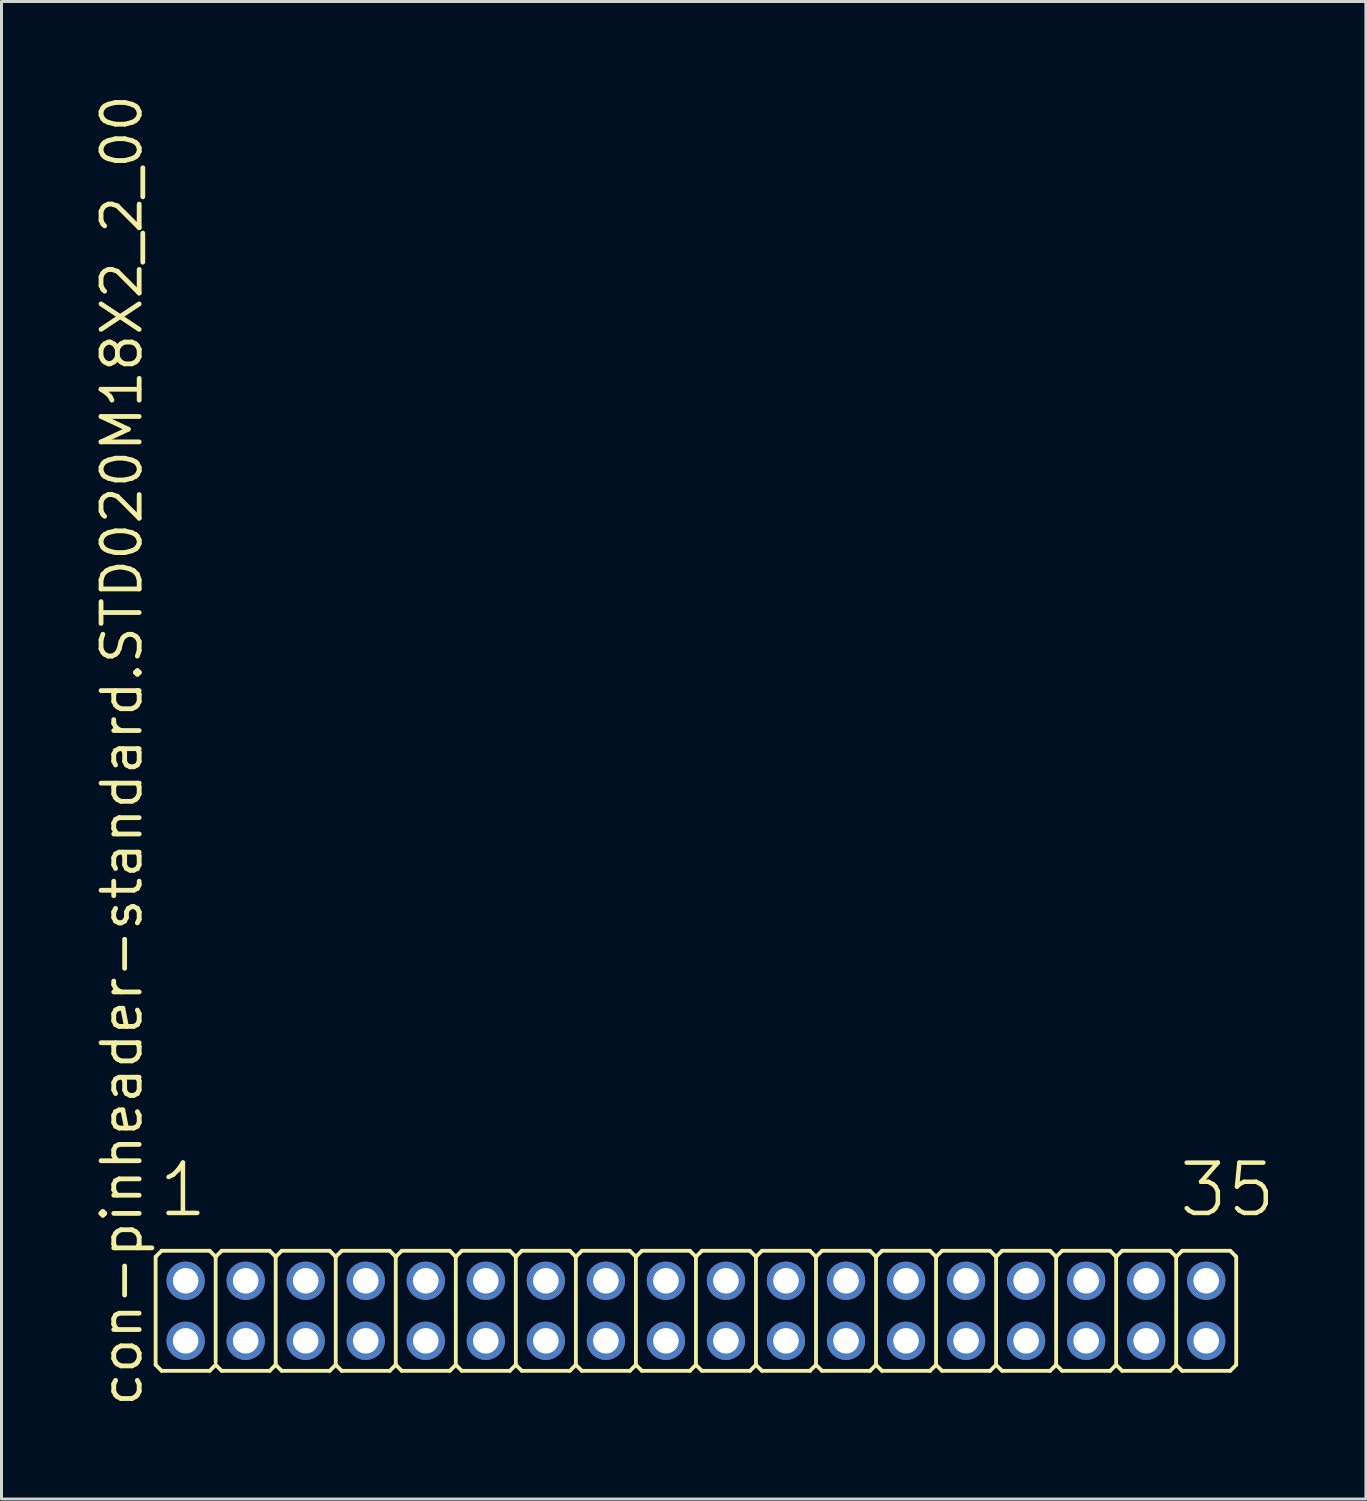
<source format=kicad_pcb>
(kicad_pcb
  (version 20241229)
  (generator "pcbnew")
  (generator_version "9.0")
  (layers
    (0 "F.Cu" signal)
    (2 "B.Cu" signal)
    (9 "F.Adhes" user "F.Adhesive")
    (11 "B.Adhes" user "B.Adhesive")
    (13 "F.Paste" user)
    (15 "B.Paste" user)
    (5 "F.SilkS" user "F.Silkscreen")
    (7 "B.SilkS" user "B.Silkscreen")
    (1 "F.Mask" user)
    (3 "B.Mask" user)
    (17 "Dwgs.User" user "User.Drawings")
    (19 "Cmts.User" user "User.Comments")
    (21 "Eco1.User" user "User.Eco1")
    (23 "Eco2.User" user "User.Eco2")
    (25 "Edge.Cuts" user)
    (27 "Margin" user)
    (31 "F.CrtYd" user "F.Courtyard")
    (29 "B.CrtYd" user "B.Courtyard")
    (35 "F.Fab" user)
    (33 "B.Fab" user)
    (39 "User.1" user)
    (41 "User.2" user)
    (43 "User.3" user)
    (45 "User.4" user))
  (footprint "con-pinheader-standard.STD020M18X2_2_00"
    (layer "F.Cu")
    (at 20.135 40.62)
    (property "Reference" "con-pinheader-standard.STD020M18X2_2_00" (at -18.385 3.27 90) (layer "F.SilkS") (effects (font (size 1.27 1.27) (thickness 0.16)) (justify left bottom)))
    (attr through_hole)
    (fp_line (start -18 1.8) (end -18 -1.8) (stroke (width 0.127) (type default)) (layer "F.SilkS"))
    (fp_line (start -17.8 -2) (end -18 -1.8) (stroke (width 0.127) (type default)) (layer "F.SilkS"))
    (fp_line (start -17.8 -2) (end -16.2 -2) (stroke (width 0.127) (type default)) (layer "F.SilkS"))
    (fp_line (start -17.8 2) (end -18 1.8) (stroke (width 0.127) (type default)) (layer "F.SilkS"))
    (fp_line (start -16.2 -2) (end -16 -1.8) (stroke (width 0.127) (type default)) (layer "F.SilkS"))
    (fp_line (start -16.2 2) (end -17.8 2) (stroke (width 0.127) (type default)) (layer "F.SilkS"))
    (fp_line (start -16.2 2) (end -16 1.8) (stroke (width 0.127) (type default)) (layer "F.SilkS"))
    (fp_line (start -16 -1.8) (end -16 1.7) (stroke (width 0.127) (type default)) (layer "F.SilkS"))
    (fp_line (start -15.8 -2) (end -16 -1.8) (stroke (width 0.127) (type default)) (layer "F.SilkS"))
    (fp_line (start -15.8 -2) (end -14.2 -2) (stroke (width 0.127) (type default)) (layer "F.SilkS"))
    (fp_line (start -15.8 2) (end -16 1.8) (stroke (width 0.127) (type default)) (layer "F.SilkS"))
    (fp_line (start -14.2 -2) (end -14 -1.8) (stroke (width 0.127) (type default)) (layer "F.SilkS"))
    (fp_line (start -14.2 2) (end -15.8 2) (stroke (width 0.127) (type default)) (layer "F.SilkS"))
    (fp_line (start -14.2 2) (end -14 1.8) (stroke (width 0.127) (type default)) (layer "F.SilkS"))
    (fp_line (start -14 -1.8) (end -14 1.8) (stroke (width 0.127) (type default)) (layer "F.SilkS"))
    (fp_line (start -13.8 -2) (end -14 -1.8) (stroke (width 0.127) (type default)) (layer "F.SilkS"))
    (fp_line (start -13.8 -2) (end -12.2 -2) (stroke (width 0.127) (type default)) (layer "F.SilkS"))
    (fp_line (start -13.8 2) (end -14 1.8) (stroke (width 0.127) (type default)) (layer "F.SilkS"))
    (fp_line (start -12.2 -2) (end -12 -1.8) (stroke (width 0.127) (type default)) (layer "F.SilkS"))
    (fp_line (start -12.2 2) (end -13.8 2) (stroke (width 0.127) (type default)) (layer "F.SilkS"))
    (fp_line (start -12.2 2) (end -12 1.8) (stroke (width 0.127) (type default)) (layer "F.SilkS"))
    (fp_line (start -12 -1.8) (end -12 1.8) (stroke (width 0.127) (type default)) (layer "F.SilkS"))
    (fp_line (start -11.8 -2) (end -12 -1.8) (stroke (width 0.127) (type default)) (layer "F.SilkS"))
    (fp_line (start -11.8 -2) (end -10.2 -2) (stroke (width 0.127) (type default)) (layer "F.SilkS"))
    (fp_line (start -11.8 2) (end -12 1.8) (stroke (width 0.127) (type default)) (layer "F.SilkS"))
    (fp_line (start -10.2 -2) (end -10 -1.8) (stroke (width 0.127) (type default)) (layer "F.SilkS"))
    (fp_line (start -10.2 2) (end -11.8 2) (stroke (width 0.127) (type default)) (layer "F.SilkS"))
    (fp_line (start -10.2 2) (end -10 1.8) (stroke (width 0.127) (type default)) (layer "F.SilkS"))
    (fp_line (start -10 -1.8) (end -10 1.8) (stroke (width 0.127) (type default)) (layer "F.SilkS"))
    (fp_line (start -9.8 -2) (end -10 -1.8) (stroke (width 0.127) (type default)) (layer "F.SilkS"))
    (fp_line (start -9.8 -2) (end -8.2 -2) (stroke (width 0.127) (type default)) (layer "F.SilkS"))
    (fp_line (start -9.8 2) (end -10 1.8) (stroke (width 0.127) (type default)) (layer "F.SilkS"))
    (fp_line (start -8.2 -2) (end -8 -1.8) (stroke (width 0.127) (type default)) (layer "F.SilkS"))
    (fp_line (start -8.2 2) (end -9.8 2) (stroke (width 0.127) (type default)) (layer "F.SilkS"))
    (fp_line (start -8.2 2) (end -8 1.8) (stroke (width 0.127) (type default)) (layer "F.SilkS"))
    (fp_line (start -8 -1.8) (end -8 1.8) (stroke (width 0.127) (type default)) (layer "F.SilkS"))
    (fp_line (start -7.8 -2) (end -8 -1.8) (stroke (width 0.127) (type default)) (layer "F.SilkS"))
    (fp_line (start -7.8 -2) (end -6.2 -2) (stroke (width 0.127) (type default)) (layer "F.SilkS"))
    (fp_line (start -7.8 2) (end -8 1.8) (stroke (width 0.127) (type default)) (layer "F.SilkS"))
    (fp_line (start -6.2 -2) (end -6 -1.8) (stroke (width 0.127) (type default)) (layer "F.SilkS"))
    (fp_line (start -6.2 2) (end -7.8 2) (stroke (width 0.127) (type default)) (layer "F.SilkS"))
    (fp_line (start -6.2 2) (end -6 1.8) (stroke (width 0.127) (type default)) (layer "F.SilkS"))
    (fp_line (start -6 -1.8) (end -6 1.8) (stroke (width 0.127) (type default)) (layer "F.SilkS"))
    (fp_line (start -5.8 -2) (end -6 -1.8) (stroke (width 0.127) (type default)) (layer "F.SilkS"))
    (fp_line (start -5.8 -2) (end -4.2 -2) (stroke (width 0.127) (type default)) (layer "F.SilkS"))
    (fp_line (start -5.8 2) (end -6 1.8) (stroke (width 0.127) (type default)) (layer "F.SilkS"))
    (fp_line (start -4.2 -2) (end -4 -1.8) (stroke (width 0.127) (type default)) (layer "F.SilkS"))
    (fp_line (start -4.2 2) (end -5.8 2) (stroke (width 0.127) (type default)) (layer "F.SilkS"))
    (fp_line (start -4.2 2) (end -4 1.8) (stroke (width 0.127) (type default)) (layer "F.SilkS"))
    (fp_line (start -4 -1.8) (end -4 1.8) (stroke (width 0.127) (type default)) (layer "F.SilkS"))
    (fp_line (start -3.8 -2) (end -4 -1.8) (stroke (width 0.127) (type default)) (layer "F.SilkS"))
    (fp_line (start -3.8 -2) (end -2.2 -2) (stroke (width 0.127) (type default)) (layer "F.SilkS"))
    (fp_line (start -3.8 2) (end -4 1.8) (stroke (width 0.127) (type default)) (layer "F.SilkS"))
    (fp_line (start -2.2 -2) (end -2 -1.8) (stroke (width 0.127) (type default)) (layer "F.SilkS"))
    (fp_line (start -2.2 2) (end -3.8 2) (stroke (width 0.127) (type default)) (layer "F.SilkS"))
    (fp_line (start -2.2 2) (end -2 1.8) (stroke (width 0.127) (type default)) (layer "F.SilkS"))
    (fp_line (start -2 -1.8) (end -2 1.8) (stroke (width 0.127) (type default)) (layer "F.SilkS"))
    (fp_line (start -1.8 -2) (end -2 -1.8) (stroke (width 0.127) (type default)) (layer "F.SilkS"))
    (fp_line (start -1.8 -2) (end -0.2 -2) (stroke (width 0.127) (type default)) (layer "F.SilkS"))
    (fp_line (start -1.8 2) (end -2 1.8) (stroke (width 0.127) (type default)) (layer "F.SilkS"))
    (fp_line (start -0.2 -2) (end 0 -1.8) (stroke (width 0.127) (type default)) (layer "F.SilkS"))
    (fp_line (start -0.2 2) (end -1.8 2) (stroke (width 0.127) (type default)) (layer "F.SilkS"))
    (fp_line (start -0.2 2) (end 0 1.8) (stroke (width 0.127) (type default)) (layer "F.SilkS"))
    (fp_line (start 0 -1.8) (end 0 1.8) (stroke (width 0.127) (type default)) (layer "F.SilkS"))
    (fp_line (start 0.2 -2) (end 0 -1.8) (stroke (width 0.127) (type default)) (layer "F.SilkS"))
    (fp_line (start 0.2 -2) (end 1.8 -2) (stroke (width 0.127) (type default)) (layer "F.SilkS"))
    (fp_line (start 0.2 2) (end 0 1.8) (stroke (width 0.127) (type default)) (layer "F.SilkS"))
    (fp_line (start 1.8 -2) (end 2 -1.8) (stroke (width 0.127) (type default)) (layer "F.SilkS"))
    (fp_line (start 1.8 2) (end 0.2 2) (stroke (width 0.127) (type default)) (layer "F.SilkS"))
    (fp_line (start 1.8 2) (end 2 1.8) (stroke (width 0.127) (type default)) (layer "F.SilkS"))
    (fp_line (start 2 -1.8) (end 2 1.8) (stroke (width 0.127) (type default)) (layer "F.SilkS"))
    (fp_line (start 2.2 -2) (end 2 -1.8) (stroke (width 0.127) (type default)) (layer "F.SilkS"))
    (fp_line (start 2.2 -2) (end 3.8 -2) (stroke (width 0.127) (type default)) (layer "F.SilkS"))
    (fp_line (start 2.2 2) (end 2 1.8) (stroke (width 0.127) (type default)) (layer "F.SilkS"))
    (fp_line (start 3.8 -2) (end 4 -1.8) (stroke (width 0.127) (type default)) (layer "F.SilkS"))
    (fp_line (start 3.8 2) (end 2.2 2) (stroke (width 0.127) (type default)) (layer "F.SilkS"))
    (fp_line (start 3.8 2) (end 4 1.8) (stroke (width 0.127) (type default)) (layer "F.SilkS"))
    (fp_line (start 4 -1.8) (end 4 1.8) (stroke (width 0.127) (type default)) (layer "F.SilkS"))
    (fp_line (start 4.2 -2) (end 4 -1.8) (stroke (width 0.127) (type default)) (layer "F.SilkS"))
    (fp_line (start 4.2 -2) (end 5.8 -2) (stroke (width 0.127) (type default)) (layer "F.SilkS"))
    (fp_line (start 4.2 2) (end 4 1.8) (stroke (width 0.127) (type default)) (layer "F.SilkS"))
    (fp_line (start 5.8 -2) (end 6 -1.8) (stroke (width 0.127) (type default)) (layer "F.SilkS"))
    (fp_line (start 5.8 2) (end 4.2 2) (stroke (width 0.127) (type default)) (layer "F.SilkS"))
    (fp_line (start 5.8 2) (end 6 1.8) (stroke (width 0.127) (type default)) (layer "F.SilkS"))
    (fp_line (start 6 -1.8) (end 6 1.8) (stroke (width 0.127) (type default)) (layer "F.SilkS"))
    (fp_line (start 6.2 -2) (end 6 -1.8) (stroke (width 0.127) (type default)) (layer "F.SilkS"))
    (fp_line (start 6.2 -2) (end 7.8 -2) (stroke (width 0.127) (type default)) (layer "F.SilkS"))
    (fp_line (start 6.2 2) (end 6 1.8) (stroke (width 0.127) (type default)) (layer "F.SilkS"))
    (fp_line (start 7.8 -2) (end 8 -1.8) (stroke (width 0.127) (type default)) (layer "F.SilkS"))
    (fp_line (start 7.8 2) (end 6.2 2) (stroke (width 0.127) (type default)) (layer "F.SilkS"))
    (fp_line (start 7.8 2) (end 8 1.8) (stroke (width 0.127) (type default)) (layer "F.SilkS"))
    (fp_line (start 8 -1.8) (end 8 1.8) (stroke (width 0.127) (type default)) (layer "F.SilkS"))
    (fp_line (start 8.2 -2) (end 8 -1.8) (stroke (width 0.127) (type default)) (layer "F.SilkS"))
    (fp_line (start 8.2 -2) (end 9.8 -2) (stroke (width 0.127) (type default)) (layer "F.SilkS"))
    (fp_line (start 8.2 2) (end 8 1.8) (stroke (width 0.127) (type default)) (layer "F.SilkS"))
    (fp_line (start 9.8 -2) (end 10 -1.8) (stroke (width 0.127) (type default)) (layer "F.SilkS"))
    (fp_line (start 9.8 2) (end 8.2 2) (stroke (width 0.127) (type default)) (layer "F.SilkS"))
    (fp_line (start 9.8 2) (end 10 1.8) (stroke (width 0.127) (type default)) (layer "F.SilkS"))
    (fp_line (start 10 -1.8) (end 10 1.8) (stroke (width 0.127) (type default)) (layer "F.SilkS"))
    (fp_line (start 10.2 -2) (end 10 -1.8) (stroke (width 0.127) (type default)) (layer "F.SilkS"))
    (fp_line (start 10.2 -2) (end 11.8 -2) (stroke (width 0.127) (type default)) (layer "F.SilkS"))
    (fp_line (start 10.2 2) (end 10 1.8) (stroke (width 0.127) (type default)) (layer "F.SilkS"))
    (fp_line (start 11.8 -2) (end 12 -1.8) (stroke (width 0.127) (type default)) (layer "F.SilkS"))
    (fp_line (start 11.8 2) (end 10.2 2) (stroke (width 0.127) (type default)) (layer "F.SilkS"))
    (fp_line (start 11.8 2) (end 12 1.8) (stroke (width 0.127) (type default)) (layer "F.SilkS"))
    (fp_line (start 12 -1.8) (end 12 1.8) (stroke (width 0.127) (type default)) (layer "F.SilkS"))
    (fp_line (start 12.2 -2) (end 12 -1.8) (stroke (width 0.127) (type default)) (layer "F.SilkS"))
    (fp_line (start 12.2 -2) (end 13.8 -2) (stroke (width 0.127) (type default)) (layer "F.SilkS"))
    (fp_line (start 12.2 2) (end 12 1.8) (stroke (width 0.127) (type default)) (layer "F.SilkS"))
    (fp_line (start 13.8 -2) (end 14 -1.8) (stroke (width 0.127) (type default)) (layer "F.SilkS"))
    (fp_line (start 13.8 2) (end 12.2 2) (stroke (width 0.127) (type default)) (layer "F.SilkS"))
    (fp_line (start 13.8 2) (end 14 1.8) (stroke (width 0.127) (type default)) (layer "F.SilkS"))
    (fp_line (start 14 -1.8) (end 14 1.8) (stroke (width 0.127) (type default)) (layer "F.SilkS"))
    (fp_line (start 14.2 -2) (end 14 -1.8) (stroke (width 0.127) (type default)) (layer "F.SilkS"))
    (fp_line (start 14.2 -2) (end 15.8 -2) (stroke (width 0.127) (type default)) (layer "F.SilkS"))
    (fp_line (start 14.2 2) (end 14 1.8) (stroke (width 0.127) (type default)) (layer "F.SilkS"))
    (fp_line (start 15.8 -2) (end 16 -1.8) (stroke (width 0.127) (type default)) (layer "F.SilkS"))
    (fp_line (start 15.8 2) (end 14.2 2) (stroke (width 0.127) (type default)) (layer "F.SilkS"))
    (fp_line (start 15.8 2) (end 16 1.8) (stroke (width 0.127) (type default)) (layer "F.SilkS"))
    (fp_line (start 16 -1.8) (end 16 1.8) (stroke (width 0.127) (type default)) (layer "F.SilkS"))
    (fp_line (start 16.2 -2) (end 16 -1.8) (stroke (width 0.127) (type default)) (layer "F.SilkS"))
    (fp_line (start 16.2 -2) (end 17.8 -2) (stroke (width 0.127) (type default)) (layer "F.SilkS"))
    (fp_line (start 16.2 2) (end 16 1.8) (stroke (width 0.127) (type default)) (layer "F.SilkS"))
    (fp_line (start 17.8 -2) (end 18 -1.8) (stroke (width 0.127) (type default)) (layer "F.SilkS"))
    (fp_line (start 17.8 2) (end 16.2 2) (stroke (width 0.127) (type default)) (layer "F.SilkS"))
    (fp_line (start 17.8 2) (end 18 1.8) (stroke (width 0.127) (type default)) (layer "F.SilkS"))
    (fp_line (start 18 -1.8) (end 18 1.8) (stroke (width 0.127) (type default)) (layer "F.SilkS"))
    (fp_rect (start -17.25 -0.75) (end -16.75 -1.25) (stroke (width 0.05) (type default)) (fill no) (layer "F.Fab"))
    (fp_rect (start -17.25 1.25) (end -16.75 0.75) (stroke (width 0.05) (type default)) (fill no) (layer "F.Fab"))
    (fp_rect (start -15.25 -0.75) (end -14.75 -1.25) (stroke (width 0.05) (type default)) (fill no) (layer "F.Fab"))
    (fp_rect (start -15.25 1.25) (end -14.75 0.75) (stroke (width 0.05) (type default)) (fill no) (layer "F.Fab"))
    (fp_rect (start -13.25 -0.75) (end -12.75 -1.25) (stroke (width 0.05) (type default)) (fill no) (layer "F.Fab"))
    (fp_rect (start -13.25 1.25) (end -12.75 0.75) (stroke (width 0.05) (type default)) (fill no) (layer "F.Fab"))
    (fp_rect (start -11.25 -0.75) (end -10.75 -1.25) (stroke (width 0.05) (type default)) (fill no) (layer "F.Fab"))
    (fp_rect (start -11.25 1.25) (end -10.75 0.75) (stroke (width 0.05) (type default)) (fill no) (layer "F.Fab"))
    (fp_rect (start -9.25 -0.75) (end -8.75 -1.25) (stroke (width 0.05) (type default)) (fill no) (layer "F.Fab"))
    (fp_rect (start -9.25 1.25) (end -8.75 0.75) (stroke (width 0.05) (type default)) (fill no) (layer "F.Fab"))
    (fp_rect (start -7.25 -0.75) (end -6.75 -1.25) (stroke (width 0.05) (type default)) (fill no) (layer "F.Fab"))
    (fp_rect (start -7.25 1.25) (end -6.75 0.75) (stroke (width 0.05) (type default)) (fill no) (layer "F.Fab"))
    (fp_rect (start -5.25 -0.75) (end -4.75 -1.25) (stroke (width 0.05) (type default)) (fill no) (layer "F.Fab"))
    (fp_rect (start -5.25 1.25) (end -4.75 0.75) (stroke (width 0.05) (type default)) (fill no) (layer "F.Fab"))
    (fp_rect (start -3.25 -0.75) (end -2.75 -1.25) (stroke (width 0.05) (type default)) (fill no) (layer "F.Fab"))
    (fp_rect (start -3.25 1.25) (end -2.75 0.75) (stroke (width 0.05) (type default)) (fill no) (layer "F.Fab"))
    (fp_rect (start -1.25 -0.75) (end -0.75 -1.25) (stroke (width 0.05) (type default)) (fill no) (layer "F.Fab"))
    (fp_rect (start -1.25 1.25) (end -0.75 0.75) (stroke (width 0.05) (type default)) (fill no) (layer "F.Fab"))
    (fp_rect (start 0.75 -0.75) (end 1.25 -1.25) (stroke (width 0.05) (type default)) (fill no) (layer "F.Fab"))
    (fp_rect (start 0.75 1.25) (end 1.25 0.75) (stroke (width 0.05) (type default)) (fill no) (layer "F.Fab"))
    (fp_rect (start 2.75 -0.75) (end 3.25 -1.25) (stroke (width 0.05) (type default)) (fill no) (layer "F.Fab"))
    (fp_rect (start 2.75 1.25) (end 3.25 0.75) (stroke (width 0.05) (type default)) (fill no) (layer "F.Fab"))
    (fp_rect (start 4.75 -0.75) (end 5.25 -1.25) (stroke (width 0.05) (type default)) (fill no) (layer "F.Fab"))
    (fp_rect (start 4.75 1.25) (end 5.25 0.75) (stroke (width 0.05) (type default)) (fill no) (layer "F.Fab"))
    (fp_rect (start 6.75 -0.75) (end 7.25 -1.25) (stroke (width 0.05) (type default)) (fill no) (layer "F.Fab"))
    (fp_rect (start 6.75 1.25) (end 7.25 0.75) (stroke (width 0.05) (type default)) (fill no) (layer "F.Fab"))
    (fp_rect (start 8.75 -0.75) (end 9.25 -1.25) (stroke (width 0.05) (type default)) (fill no) (layer "F.Fab"))
    (fp_rect (start 8.75 1.25) (end 9.25 0.75) (stroke (width 0.05) (type default)) (fill no) (layer "F.Fab"))
    (fp_rect (start 10.75 -0.75) (end 11.25 -1.25) (stroke (width 0.05) (type default)) (fill no) (layer "F.Fab"))
    (fp_rect (start 10.75 1.25) (end 11.25 0.75) (stroke (width 0.05) (type default)) (fill no) (layer "F.Fab"))
    (fp_rect (start 12.75 -0.75) (end 13.25 -1.25) (stroke (width 0.05) (type default)) (fill no) (layer "F.Fab"))
    (fp_rect (start 12.75 1.25) (end 13.25 0.75) (stroke (width 0.05) (type default)) (fill no) (layer "F.Fab"))
    (fp_rect (start 14.75 -0.75) (end 15.25 -1.25) (stroke (width 0.05) (type default)) (fill no) (layer "F.Fab"))
    (fp_rect (start 14.75 1.25) (end 15.25 0.75) (stroke (width 0.05) (type default)) (fill no) (layer "F.Fab"))
    (fp_rect (start 16.75 -0.75) (end 17.25 -1.25) (stroke (width 0.05) (type default)) (fill no) (layer "F.Fab"))
    (fp_rect (start 16.75 1.25) (end 17.25 0.75) (stroke (width 0.05) (type default)) (fill no) (layer "F.Fab"))
    (fp_text user "1" (at -17.988 -3.048 0) (layer "F.SilkS") (effects (font (size 1.676 1.676) (thickness 0.15)) (justify left bottom)))
    (fp_text user "35" (at 16.012 -3.048 0) (layer "F.SilkS") (effects (font (size 1.676 1.676) (thickness 0.15)) (justify left bottom)))
    (pad "1" thru_hole circle (at -17 -1) (size 1.275 1.275) (drill 0.85) (layers "*.Cu" "*.Mask"))
    (pad "2" thru_hole circle (at -17 1) (size 1.275 1.275) (drill 0.85) (layers "*.Cu" "*.Mask"))
    (pad "3" thru_hole circle (at -15 -1) (size 1.275 1.275) (drill 0.85) (layers "*.Cu" "*.Mask"))
    (pad "4" thru_hole circle (at -15 1) (size 1.275 1.275) (drill 0.85) (layers "*.Cu" "*.Mask"))
    (pad "5" thru_hole circle (at -13 -1) (size 1.275 1.275) (drill 0.85) (layers "*.Cu" "*.Mask"))
    (pad "6" thru_hole circle (at -13 1) (size 1.275 1.275) (drill 0.85) (layers "*.Cu" "*.Mask"))
    (pad "7" thru_hole circle (at -11 -1) (size 1.275 1.275) (drill 0.85) (layers "*.Cu" "*.Mask"))
    (pad "8" thru_hole circle (at -11 1) (size 1.275 1.275) (drill 0.85) (layers "*.Cu" "*.Mask"))
    (pad "9" thru_hole circle (at -9 -1) (size 1.275 1.275) (drill 0.85) (layers "*.Cu" "*.Mask"))
    (pad "10" thru_hole circle (at -9 1) (size 1.275 1.275) (drill 0.85) (layers "*.Cu" "*.Mask"))
    (pad "11" thru_hole circle (at -7 -1) (size 1.275 1.275) (drill 0.85) (layers "*.Cu" "*.Mask"))
    (pad "12" thru_hole circle (at -7 1) (size 1.275 1.275) (drill 0.85) (layers "*.Cu" "*.Mask"))
    (pad "13" thru_hole circle (at -5 -1) (size 1.275 1.275) (drill 0.85) (layers "*.Cu" "*.Mask"))
    (pad "14" thru_hole circle (at -5 1) (size 1.275 1.275) (drill 0.85) (layers "*.Cu" "*.Mask"))
    (pad "15" thru_hole circle (at -3 -1) (size 1.275 1.275) (drill 0.85) (layers "*.Cu" "*.Mask"))
    (pad "16" thru_hole circle (at -3 1) (size 1.275 1.275) (drill 0.85) (layers "*.Cu" "*.Mask"))
    (pad "17" thru_hole circle (at -1 -1) (size 1.275 1.275) (drill 0.85) (layers "*.Cu" "*.Mask"))
    (pad "18" thru_hole circle (at -1 1) (size 1.275 1.275) (drill 0.85) (layers "*.Cu" "*.Mask"))
    (pad "19" thru_hole circle (at 1 -1) (size 1.275 1.275) (drill 0.85) (layers "*.Cu" "*.Mask"))
    (pad "20" thru_hole circle (at 1 1) (size 1.275 1.275) (drill 0.85) (layers "*.Cu" "*.Mask"))
    (pad "21" thru_hole circle (at 3 -1) (size 1.275 1.275) (drill 0.85) (layers "*.Cu" "*.Mask"))
    (pad "22" thru_hole circle (at 3 1) (size 1.275 1.275) (drill 0.85) (layers "*.Cu" "*.Mask"))
    (pad "23" thru_hole circle (at 5 -1) (size 1.275 1.275) (drill 0.85) (layers "*.Cu" "*.Mask"))
    (pad "24" thru_hole circle (at 5 1) (size 1.275 1.275) (drill 0.85) (layers "*.Cu" "*.Mask"))
    (pad "25" thru_hole circle (at 7 -1) (size 1.275 1.275) (drill 0.85) (layers "*.Cu" "*.Mask"))
    (pad "26" thru_hole circle (at 7 1) (size 1.275 1.275) (drill 0.85) (layers "*.Cu" "*.Mask"))
    (pad "27" thru_hole circle (at 9 -1) (size 1.275 1.275) (drill 0.85) (layers "*.Cu" "*.Mask"))
    (pad "28" thru_hole circle (at 9 1) (size 1.275 1.275) (drill 0.85) (layers "*.Cu" "*.Mask"))
    (pad "29" thru_hole circle (at 11 -1) (size 1.275 1.275) (drill 0.85) (layers "*.Cu" "*.Mask"))
    (pad "30" thru_hole circle (at 11 1) (size 1.275 1.275) (drill 0.85) (layers "*.Cu" "*.Mask"))
    (pad "31" thru_hole circle (at 13 -1) (size 1.275 1.275) (drill 0.85) (layers "*.Cu" "*.Mask"))
    (pad "32" thru_hole circle (at 13 1) (size 1.275 1.275) (drill 0.85) (layers "*.Cu" "*.Mask"))
    (pad "33" thru_hole circle (at 15 -1) (size 1.275 1.275) (drill 0.85) (layers "*.Cu" "*.Mask"))
    (pad "34" thru_hole circle (at 15 1) (size 1.275 1.275) (drill 0.85) (layers "*.Cu" "*.Mask"))
    (pad "35" thru_hole circle (at 17 -1) (size 1.275 1.275) (drill 0.85) (layers "*.Cu" "*.Mask"))
    (pad "36" thru_hole circle (at 17 1) (size 1.275 1.275) (drill 0.85) (layers "*.Cu" "*.Mask")))
  (gr_rect
    (start -3 -3)
    (end 42.455 46.89)
    (stroke (width 0.1) (type default))
    (fill no)
    (layer "Edge.Cuts")))
</source>
